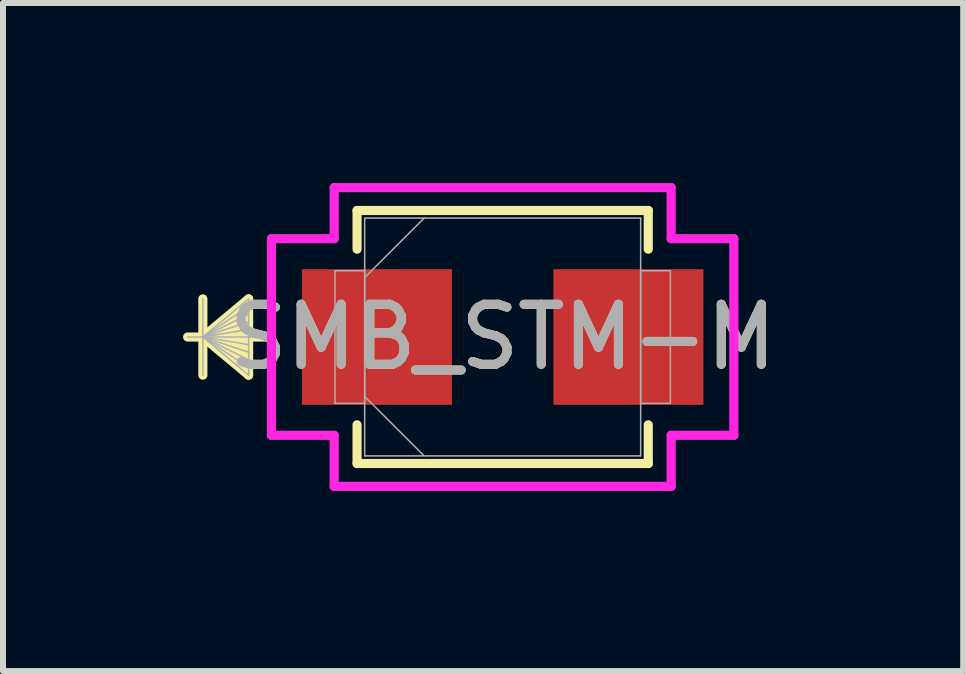
<source format=kicad_pcb>
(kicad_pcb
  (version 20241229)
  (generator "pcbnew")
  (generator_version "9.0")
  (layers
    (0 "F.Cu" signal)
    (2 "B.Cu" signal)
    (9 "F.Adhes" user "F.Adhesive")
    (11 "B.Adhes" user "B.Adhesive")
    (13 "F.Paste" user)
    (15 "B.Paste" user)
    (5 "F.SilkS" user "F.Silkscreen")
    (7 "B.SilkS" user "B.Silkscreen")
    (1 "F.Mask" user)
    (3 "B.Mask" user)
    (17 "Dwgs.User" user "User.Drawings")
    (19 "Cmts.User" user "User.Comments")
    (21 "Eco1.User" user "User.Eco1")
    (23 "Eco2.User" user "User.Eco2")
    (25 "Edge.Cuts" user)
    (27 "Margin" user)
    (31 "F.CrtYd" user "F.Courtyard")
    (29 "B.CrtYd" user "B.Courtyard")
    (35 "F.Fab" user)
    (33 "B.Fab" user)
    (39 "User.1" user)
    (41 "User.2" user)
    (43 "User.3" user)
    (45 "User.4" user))
  (footprint "SMB_STM-M"
    (layer "F.Cu")
    (at 5.325 2.565)
    (property "Reference" "SMB_STM-M" (at 0 0 0) (unlocked yes) (layer "F.SilkS") (effects (font (size 1 1) (thickness 0.15))))
    (attr smd)
    (fp_line (start -4.995 -0.635) (end -4.995 0.635) (stroke (width 0.152) (type solid)) (layer "F.SilkS"))
    (fp_line (start -4.995 0) (end -4.233 -0.635) (stroke (width 0.152) (type solid)) (layer "F.SilkS"))
    (fp_line (start -4.995 0) (end -4.233 -0.508) (stroke (width 0.152) (type solid)) (layer "F.SilkS"))
    (fp_line (start -4.995 0) (end -4.233 -0.381) (stroke (width 0.152) (type solid)) (layer "F.SilkS"))
    (fp_line (start -4.995 0) (end -4.233 -0.254) (stroke (width 0.152) (type solid)) (layer "F.SilkS"))
    (fp_line (start -4.995 0) (end -4.233 -0.127) (stroke (width 0.152) (type solid)) (layer "F.SilkS"))
    (fp_line (start -4.995 0) (end -4.233 0.127) (stroke (width 0.152) (type solid)) (layer "F.SilkS"))
    (fp_line (start -4.995 0) (end -4.233 0.254) (stroke (width 0.152) (type solid)) (layer "F.SilkS"))
    (fp_line (start -4.995 0) (end -4.233 0.381) (stroke (width 0.152) (type solid)) (layer "F.SilkS"))
    (fp_line (start -4.995 0) (end -4.233 0.508) (stroke (width 0.152) (type solid)) (layer "F.SilkS"))
    (fp_line (start -4.995 0) (end -4.233 0.635) (stroke (width 0.152) (type solid)) (layer "F.SilkS"))
    (fp_line (start -4.233 -0.635) (end -4.233 0.635) (stroke (width 0.152) (type solid)) (layer "F.SilkS"))
    (fp_line (start -3.979 0) (end -5.249 0) (stroke (width 0.152) (type solid)) (layer "F.SilkS"))
    (fp_line (start -2.426 -2.108) (end -2.426 -1.463) (stroke (width 0.152) (type solid)) (layer "F.SilkS"))
    (fp_line (start -2.426 1.463) (end -2.426 2.108) (stroke (width 0.152) (type solid)) (layer "F.SilkS"))
    (fp_line (start -2.426 2.108) (end 2.426 2.108) (stroke (width 0.152) (type solid)) (layer "F.SilkS"))
    (fp_line (start 2.426 -2.108) (end -2.426 -2.108) (stroke (width 0.152) (type solid)) (layer "F.SilkS"))
    (fp_line (start 2.426 -1.463) (end 2.426 -2.108) (stroke (width 0.152) (type solid)) (layer "F.SilkS"))
    (fp_line (start 2.426 2.108) (end 2.426 1.463) (stroke (width 0.152) (type solid)) (layer "F.SilkS"))
    (fp_line (start -3.852 -1.638) (end -2.807 -1.638) (stroke (width 0.152) (type solid)) (layer "F.CrtYd"))
    (fp_line (start -3.852 1.638) (end -3.852 -1.638) (stroke (width 0.152) (type solid)) (layer "F.CrtYd"))
    (fp_line (start -2.807 -2.489) (end 2.807 -2.489) (stroke (width 0.152) (type solid)) (layer "F.CrtYd"))
    (fp_line (start -2.807 -1.638) (end -2.807 -2.489) (stroke (width 0.152) (type solid)) (layer "F.CrtYd"))
    (fp_line (start -2.807 1.638) (end -3.852 1.638) (stroke (width 0.152) (type solid)) (layer "F.CrtYd"))
    (fp_line (start -2.807 2.489) (end -2.807 1.638) (stroke (width 0.152) (type solid)) (layer "F.CrtYd"))
    (fp_line (start 2.807 -2.489) (end 2.807 -1.638) (stroke (width 0.152) (type solid)) (layer "F.CrtYd"))
    (fp_line (start 2.807 -1.638) (end 3.852 -1.638) (stroke (width 0.152) (type solid)) (layer "F.CrtYd"))
    (fp_line (start 2.807 1.638) (end 2.807 2.489) (stroke (width 0.152) (type solid)) (layer "F.CrtYd"))
    (fp_line (start 2.807 2.489) (end -2.807 2.489) (stroke (width 0.152) (type solid)) (layer "F.CrtYd"))
    (fp_line (start 3.852 -1.638) (end 3.852 1.638) (stroke (width 0.152) (type solid)) (layer "F.CrtYd"))
    (fp_line (start 3.852 1.638) (end 2.807 1.638) (stroke (width 0.152) (type solid)) (layer "F.CrtYd"))
    (fp_line (start -4.995 -0.635) (end -4.995 0.635) (stroke (width 0.025) (type solid)) (layer "F.Fab"))
    (fp_line (start -4.995 0) (end -4.233 -0.635) (stroke (width 0.025) (type solid)) (layer "F.Fab"))
    (fp_line (start -4.995 0) (end -4.233 -0.508) (stroke (width 0.025) (type solid)) (layer "F.Fab"))
    (fp_line (start -4.995 0) (end -4.233 -0.381) (stroke (width 0.025) (type solid)) (layer "F.Fab"))
    (fp_line (start -4.995 0) (end -4.233 -0.254) (stroke (width 0.025) (type solid)) (layer "F.Fab"))
    (fp_line (start -4.995 0) (end -4.233 -0.127) (stroke (width 0.025) (type solid)) (layer "F.Fab"))
    (fp_line (start -4.995 0) (end -4.233 0.127) (stroke (width 0.025) (type solid)) (layer "F.Fab"))
    (fp_line (start -4.995 0) (end -4.233 0.254) (stroke (width 0.025) (type solid)) (layer "F.Fab"))
    (fp_line (start -4.995 0) (end -4.233 0.381) (stroke (width 0.025) (type solid)) (layer "F.Fab"))
    (fp_line (start -4.995 0) (end -4.233 0.508) (stroke (width 0.025) (type solid)) (layer "F.Fab"))
    (fp_line (start -4.995 0) (end -4.233 0.635) (stroke (width 0.025) (type solid)) (layer "F.Fab"))
    (fp_line (start -4.233 -0.635) (end -4.233 0.635) (stroke (width 0.025) (type solid)) (layer "F.Fab"))
    (fp_line (start -3.979 0) (end -5.249 0) (stroke (width 0.025) (type solid)) (layer "F.Fab"))
    (fp_line (start -2.794 -1.105) (end -2.794 1.105) (stroke (width 0.025) (type solid)) (layer "F.Fab"))
    (fp_line (start -2.794 1.105) (end -2.299 1.105) (stroke (width 0.025) (type solid)) (layer "F.Fab"))
    (fp_line (start -2.299 -1.981) (end -2.299 1.981) (stroke (width 0.025) (type solid)) (layer "F.Fab"))
    (fp_line (start -2.299 -1.105) (end -2.794 -1.105) (stroke (width 0.025) (type solid)) (layer "F.Fab"))
    (fp_line (start -2.299 -0.991) (end -1.308 -1.981) (stroke (width 0.025) (type solid)) (layer "F.Fab"))
    (fp_line (start -2.299 0.991) (end -1.308 1.981) (stroke (width 0.025) (type solid)) (layer "F.Fab"))
    (fp_line (start -2.299 1.105) (end -2.299 -1.105) (stroke (width 0.025) (type solid)) (layer "F.Fab"))
    (fp_line (start -2.299 1.981) (end 2.299 1.981) (stroke (width 0.025) (type solid)) (layer "F.Fab"))
    (fp_line (start 2.299 -1.981) (end -2.299 -1.981) (stroke (width 0.025) (type solid)) (layer "F.Fab"))
    (fp_line (start 2.299 -1.105) (end 2.299 1.105) (stroke (width 0.025) (type solid)) (layer "F.Fab"))
    (fp_line (start 2.299 1.105) (end 2.794 1.105) (stroke (width 0.025) (type solid)) (layer "F.Fab"))
    (fp_line (start 2.299 1.981) (end 2.299 -1.981) (stroke (width 0.025) (type solid)) (layer "F.Fab"))
    (fp_line (start 2.794 -1.105) (end 2.299 -1.105) (stroke (width 0.025) (type solid)) (layer "F.Fab"))
    (fp_line (start 2.794 1.105) (end 2.794 -1.105) (stroke (width 0.025) (type solid)) (layer "F.Fab"))
    (fp_text user "${REFERENCE}" (at 0 0 0) (unlocked yes) (layer "F.Fab") (effects (font (size 1 1) (thickness 0.15))))
    (pad "1" smd rect (at -2.095 0) (size 2.499 2.26) (layers "F.Cu" "F.Mask" "F.Paste"))
    (pad "2" smd rect (at 2.095 0) (size 2.499 2.26) (layers "F.Cu" "F.Mask" "F.Paste"))
    (zone (net_name "") (layer "F.Cu") (hatch full 0.508) (connect_pads) (min_thickness 0.254) (filled_areas_thickness no) (keepout (tracks not_allowed) (vias not_allowed) (pads allowed) (copperpour not_allowed) (footprints allowed)) (placement (enabled no)) (fill) (polygon (pts (xy 4.531 0.635) (xy 6.12 0.635) (xy 6.12 4.496) (xy 4.531 4.496)))))
  (gr_rect
    (start -3 -3)
    (end 12.998 8.131)
    (stroke (width 0.1) (type default))
    (fill no)
    (layer "Edge.Cuts")))
</source>
